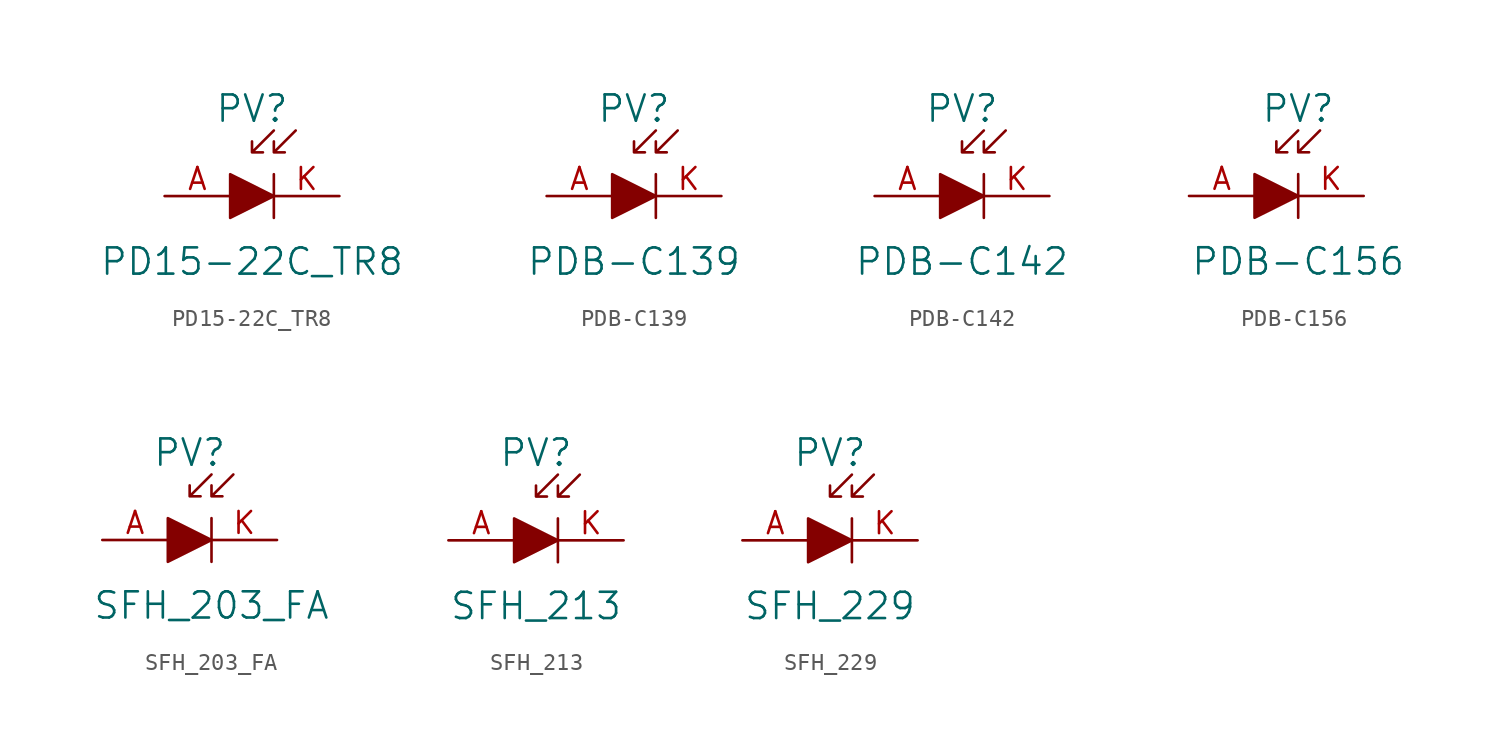
<source format=kicad_sym>
(kicad_symbol_lib
  (version 20231120)
  (generator "kicad_symbol_editor")
  (generator_version "8.0")
  (symbol "PD15-22C_TR8"
    (pin_names
      (offset 0))
    (property "Reference" "PV"
      (at 0 5.08 0)
      (effects (font (size 1.524 1.524))))
    (property "Value" "PD15-22C_TR8"
      (at 0 -3.81 0)
      (effects (font (size 1.524 1.524))))
    (symbol "PD15-22C_TR8_0_1"
      (polyline (pts (xy 1.27 1.27) (xy 1.27 -1.27)) (stroke (width 0) (type default)) (fill (type none)))
      (polyline (pts (xy -1.27 1.27) (xy -1.27 -1.27) (xy 1.27 0) (xy -1.27 1.27)) (stroke (width 0) (type default)) (fill (type outline)))
      (polyline (pts (xy 0 2.54) (xy 0.635 2.54) (xy 0 2.54) (xy 0 3.175) (xy 0 2.54) (xy 1.27 3.81)) (stroke (width 0) (type default)) (fill (type none)))
      (polyline (pts (xy 1.27 2.54) (xy 1.27 3.175) (xy 1.27 2.54) (xy 1.905 2.54) (xy 1.27 2.54) (xy 2.54 3.81)) (stroke (width 0) (type default)) (fill (type none))))
    (symbol "PD15-22C_TR8_1_1"
      (pin passive line (at -5.08 0 0) (length 3.81) (name "~" (effects (font (size 1.27 1.27)))) (number "A" (effects (font (size 1.27 1.27)))))
      (pin passive line (at 5.08 0 180) (length 3.81) (name "~" (effects (font (size 1.27 1.27)))) (number "K" (effects (font (size 1.27 1.27)))))))
  (symbol "PDB-C139"
    (pin_names
      (offset 0))
    (property "Reference" "PV"
      (at 0 5.08 0)
      (effects (font (size 1.524 1.524))))
    (property "Value" "PDB-C139"
      (at 0 -3.81 0)
      (effects (font (size 1.524 1.524))))
    (symbol "PDB-C139_0_1"
      (polyline (pts (xy 1.27 1.27) (xy 1.27 -1.27)) (stroke (width 0) (type default)) (fill (type none)))
      (polyline (pts (xy -1.27 1.27) (xy -1.27 -1.27) (xy 1.27 0) (xy -1.27 1.27)) (stroke (width 0) (type default)) (fill (type outline)))
      (polyline (pts (xy 0 2.54) (xy 0.635 2.54) (xy 0 2.54) (xy 0 3.175) (xy 0 2.54) (xy 1.27 3.81)) (stroke (width 0) (type default)) (fill (type none)))
      (polyline (pts (xy 1.27 2.54) (xy 1.27 3.175) (xy 1.27 2.54) (xy 1.905 2.54) (xy 1.27 2.54) (xy 2.54 3.81)) (stroke (width 0) (type default)) (fill (type none))))
    (symbol "PDB-C139_1_1"
      (pin passive line (at -5.08 0 0) (length 3.81) (name "~" (effects (font (size 1.27 1.27)))) (number "A" (effects (font (size 1.27 1.27)))))
      (pin passive line (at 5.08 0 180) (length 3.81) (name "~" (effects (font (size 1.27 1.27)))) (number "K" (effects (font (size 1.27 1.27)))))))
  (symbol "PDB-C142"
    (pin_names
      (offset 0))
    (property "Reference" "PV"
      (at 0 5.08 0)
      (effects (font (size 1.524 1.524))))
    (property "Value" "PDB-C142"
      (at 0 -3.81 0)
      (effects (font (size 1.524 1.524))))
    (symbol "PDB-C142_0_1"
      (polyline (pts (xy 1.27 1.27) (xy 1.27 -1.27)) (stroke (width 0) (type default)) (fill (type none)))
      (polyline (pts (xy -1.27 1.27) (xy -1.27 -1.27) (xy 1.27 0) (xy -1.27 1.27)) (stroke (width 0) (type default)) (fill (type outline)))
      (polyline (pts (xy 0 2.54) (xy 0.635 2.54) (xy 0 2.54) (xy 0 3.175) (xy 0 2.54) (xy 1.27 3.81)) (stroke (width 0) (type default)) (fill (type none)))
      (polyline (pts (xy 1.27 2.54) (xy 1.27 3.175) (xy 1.27 2.54) (xy 1.905 2.54) (xy 1.27 2.54) (xy 2.54 3.81)) (stroke (width 0) (type default)) (fill (type none))))
    (symbol "PDB-C142_1_1"
      (pin passive line (at -5.08 0 0) (length 3.81) (name "~" (effects (font (size 1.27 1.27)))) (number "A" (effects (font (size 1.27 1.27)))))
      (pin passive line (at 5.08 0 180) (length 3.81) (name "~" (effects (font (size 1.27 1.27)))) (number "K" (effects (font (size 1.27 1.27)))))))
  (symbol "PDB-C156"
    (pin_names
      (offset 0) hide)
    (property "Reference" "PV"
      (at 1.27 5.08 0)
      (effects (font (size 1.524 1.524))))
    (property "Value" "PDB-C156"
      (at 1.27 -3.81 0)
      (effects (font (size 1.524 1.524))))
    (symbol "PDB-C156_0_1"
      (polyline (pts (xy 1.27 1.27) (xy 1.27 -1.27)) (stroke (width 0) (type default)) (fill (type none)))
      (polyline (pts (xy -1.27 1.27) (xy -1.27 -1.27) (xy 1.27 0) (xy -1.27 1.27)) (stroke (width 0) (type default)) (fill (type outline)))
      (polyline (pts (xy 0 2.54) (xy 0.635 2.54) (xy 0 2.54) (xy 0 3.175) (xy 0 2.54) (xy 1.27 3.81)) (stroke (width 0) (type default)) (fill (type none)))
      (polyline (pts (xy 1.27 2.54) (xy 1.27 3.175) (xy 1.27 2.54) (xy 1.905 2.54) (xy 1.27 2.54) (xy 2.54 3.81)) (stroke (width 0) (type default)) (fill (type none))))
    (symbol "PDB-C156_1_1"
      (pin passive line (at -5.08 0 0) (length 3.81) (name "~" (effects (font (size 1.27 1.27)))) (number "A" (effects (font (size 1.27 1.27)))))
      (pin passive line (at 5.08 0 180) (length 3.81) (name "~" (effects (font (size 1.27 1.27)))) (number "K" (effects (font (size 1.27 1.27)))))))
  (symbol "SFH_203_FA"
    (pin_names
      (offset 0))
    (property "Reference" "PV"
      (at 0 5.08 0)
      (effects (font (size 1.524 1.524))))
    (property "Value" "SFH_203_FA"
      (at 1.27 -3.81 0)
      (effects (font (size 1.524 1.524))))
    (symbol "SFH_203_FA_0_1"
      (polyline (pts (xy 1.27 1.27) (xy 1.27 -1.27)) (stroke (width 0) (type default)) (fill (type none)))
      (polyline (pts (xy -1.27 1.27) (xy -1.27 -1.27) (xy 1.27 0) (xy -1.27 1.27)) (stroke (width 0) (type default)) (fill (type outline)))
      (polyline (pts (xy 0 2.54) (xy 0.635 2.54) (xy 0 2.54) (xy 0 3.175) (xy 0 2.54) (xy 1.27 3.81)) (stroke (width 0) (type default)) (fill (type none)))
      (polyline (pts (xy 1.27 2.54) (xy 1.27 3.175) (xy 1.27 2.54) (xy 1.905 2.54) (xy 1.27 2.54) (xy 2.54 3.81)) (stroke (width 0) (type default)) (fill (type none))))
    (symbol "SFH_203_FA_1_1"
      (pin passive line (at -5.08 0 0) (length 3.81) (name "~" (effects (font (size 1.27 1.27)))) (number "A" (effects (font (size 1.27 1.27)))))
      (pin passive line (at 5.08 0 180) (length 3.81) (name "~" (effects (font (size 1.27 1.27)))) (number "K" (effects (font (size 1.27 1.27)))))))
  (symbol "SFH_213"
    (pin_names
      (offset 0))
    (property "Reference" "PV"
      (at 0 5.08 0)
      (effects (font (size 1.524 1.524))))
    (property "Value" "SFH_213"
      (at 0 -3.81 0)
      (effects (font (size 1.524 1.524))))
    (symbol "SFH_213_0_1"
      (polyline (pts (xy 1.27 1.27) (xy 1.27 -1.27)) (stroke (width 0) (type default)) (fill (type none)))
      (polyline (pts (xy -1.27 1.27) (xy -1.27 -1.27) (xy 1.27 0) (xy -1.27 1.27)) (stroke (width 0) (type default)) (fill (type outline)))
      (polyline (pts (xy 0 2.54) (xy 0.635 2.54) (xy 0 2.54) (xy 0 3.175) (xy 0 2.54) (xy 1.27 3.81)) (stroke (width 0) (type default)) (fill (type none)))
      (polyline (pts (xy 1.27 2.54) (xy 1.27 3.175) (xy 1.27 2.54) (xy 1.905 2.54) (xy 1.27 2.54) (xy 2.54 3.81)) (stroke (width 0) (type default)) (fill (type none))))
    (symbol "SFH_213_1_1"
      (pin passive line (at -5.08 0 0) (length 3.81) (name "~" (effects (font (size 1.27 1.27)))) (number "A" (effects (font (size 1.27 1.27)))))
      (pin passive line (at 5.08 0 180) (length 3.81) (name "~" (effects (font (size 1.27 1.27)))) (number "K" (effects (font (size 1.27 1.27)))))))
  (symbol "SFH_229"
    (pin_names
      (offset 0))
    (property "Reference" "PV"
      (at 0 5.08 0)
      (effects (font (size 1.524 1.524))))
    (property "Value" "SFH_229"
      (at 0 -3.81 0)
      (effects (font (size 1.524 1.524))))
    (symbol "SFH_229_0_1"
      (polyline (pts (xy 1.27 1.27) (xy 1.27 -1.27)) (stroke (width 0) (type default)) (fill (type none)))
      (polyline (pts (xy -1.27 1.27) (xy -1.27 -1.27) (xy 1.27 0) (xy -1.27 1.27)) (stroke (width 0) (type default)) (fill (type outline)))
      (polyline (pts (xy 0 2.54) (xy 0.635 2.54) (xy 0 2.54) (xy 0 3.175) (xy 0 2.54) (xy 1.27 3.81)) (stroke (width 0) (type default)) (fill (type none)))
      (polyline (pts (xy 1.27 2.54) (xy 1.27 3.175) (xy 1.27 2.54) (xy 1.905 2.54) (xy 1.27 2.54) (xy 2.54 3.81)) (stroke (width 0) (type default)) (fill (type none))))
    (symbol "SFH_229_1_1"
      (pin passive line (at -5.08 0 0) (length 3.81) (name "~" (effects (font (size 1.27 1.27)))) (number "A" (effects (font (size 1.27 1.27)))))
      (pin passive line (at 5.08 0 180) (length 3.81) (name "~" (effects (font (size 1.27 1.27)))) (number "K" (effects (font (size 1.27 1.27))))))))
</source>
